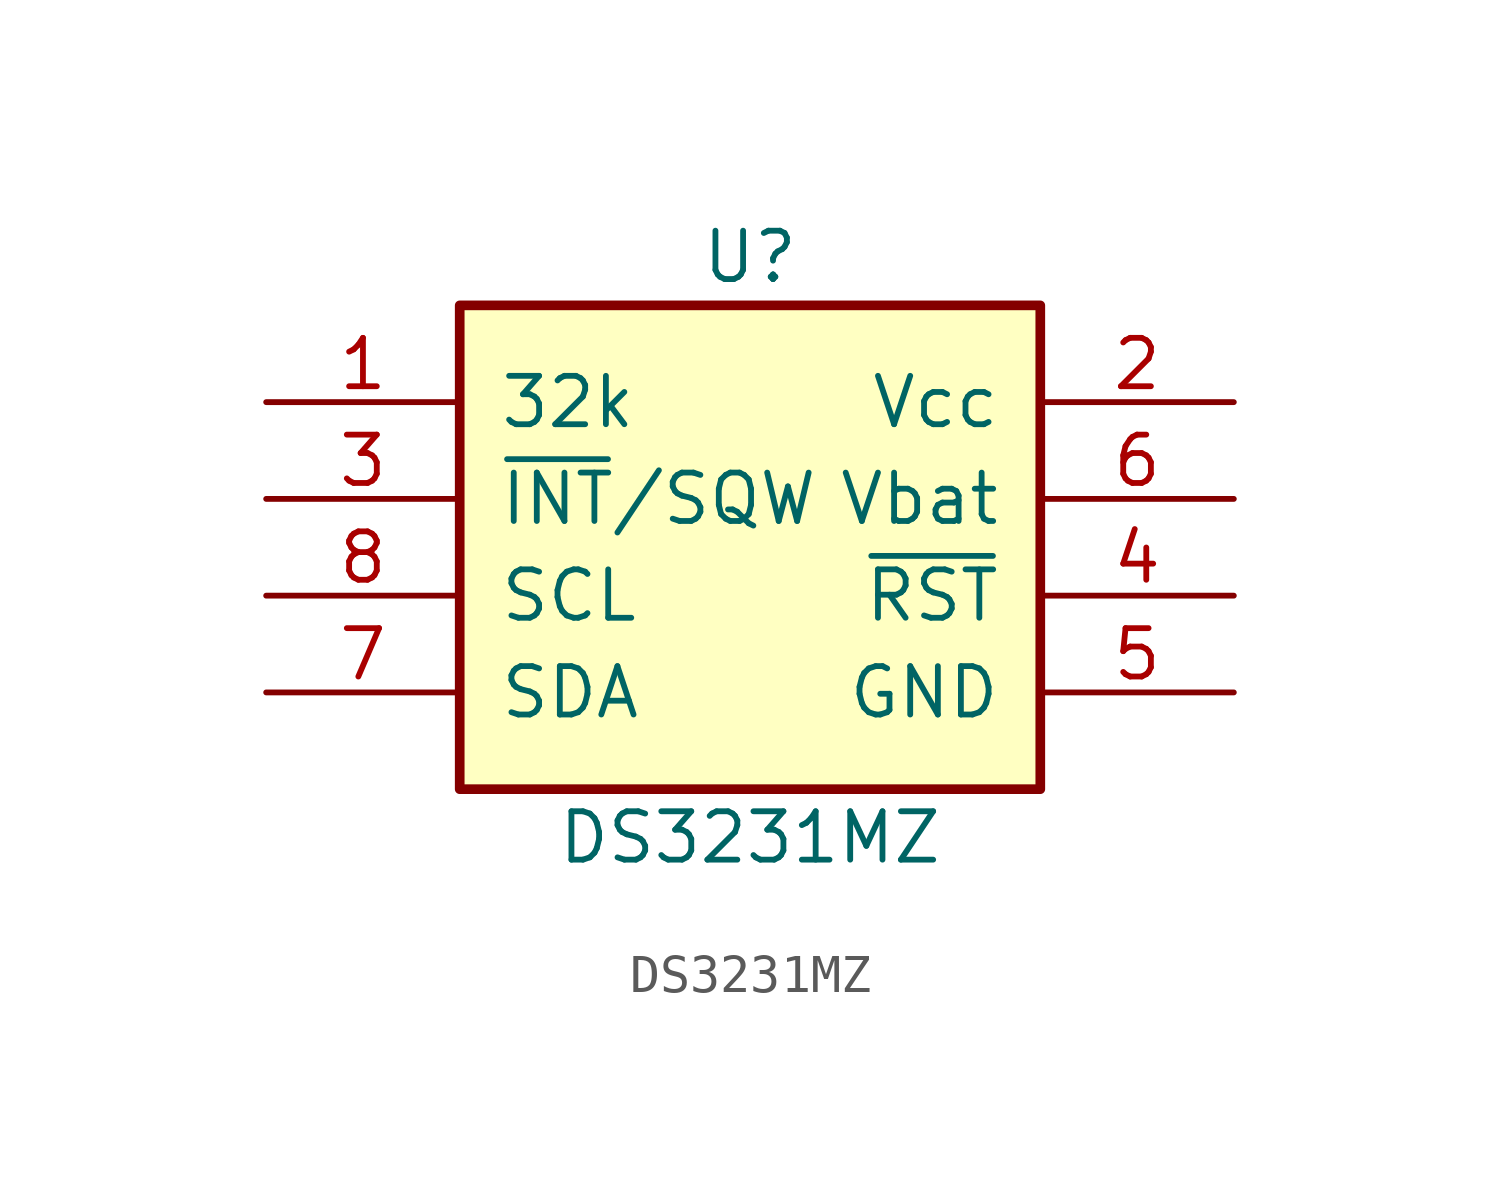
<source format=kicad_sym>
(kicad_symbol_lib
  (version 20220914)
  (generator kicad_symbol_editor)
  (symbol "DS3231MZ"
    (pin_names
      (offset 1.016))
    (property "Reference" "U"
      (at 0 7.62 0)
      (effects (font (size 1.27 1.27))))
    (property "Value" "DS3231MZ"
      (at 0 -7.62 0)
      (effects (font (size 1.27 1.27))))
    (symbol "DS3231MZ_0_1"
      (rectangle (start -7.62 6.35) (end 7.62 -6.35) (stroke (width 0.254) (type default)) (fill (type background))))
    (symbol "DS3231MZ_1_0"
      (pin output line (at -12.7 3.81 0) (length 5.08) (name "32k" (effects (font (size 1.27 1.27)))) (number "1" (effects (font (size 1.27 1.27)))))
      (pin power_in line (at 12.7 3.81 180) (length 5.08) (name "Vcc" (effects (font (size 1.27 1.27)))) (number "2" (effects (font (size 1.27 1.27)))))
      (pin output line (at -12.7 1.27 0) (length 5.08) (name "~{INT}/SQW" (effects (font (size 1.27 1.27)))) (number "3" (effects (font (size 1.27 1.27)))))
      (pin open_collector line (at 12.7 -1.27 180) (length 5.08) (name "~{RST}" (effects (font (size 1.27 1.27)))) (number "4" (effects (font (size 1.27 1.27)))))
      (pin power_in line (at 12.7 -3.81 180) (length 5.08) (name "GND" (effects (font (size 1.27 1.27)))) (number "5" (effects (font (size 1.27 1.27)))))
      (pin power_in line (at 12.7 1.27 180) (length 5.08) (name "Vbat" (effects (font (size 1.27 1.27)))) (number "6" (effects (font (size 1.27 1.27)))))
      (pin bidirectional line (at -12.7 -3.81 0) (length 5.08) (name "SDA" (effects (font (size 1.27 1.27)))) (number "7" (effects (font (size 1.27 1.27)))))
      (pin input line (at -12.7 -1.27 0) (length 5.08) (name "SCL" (effects (font (size 1.27 1.27)))) (number "8" (effects (font (size 1.27 1.27))))))))
</source>
